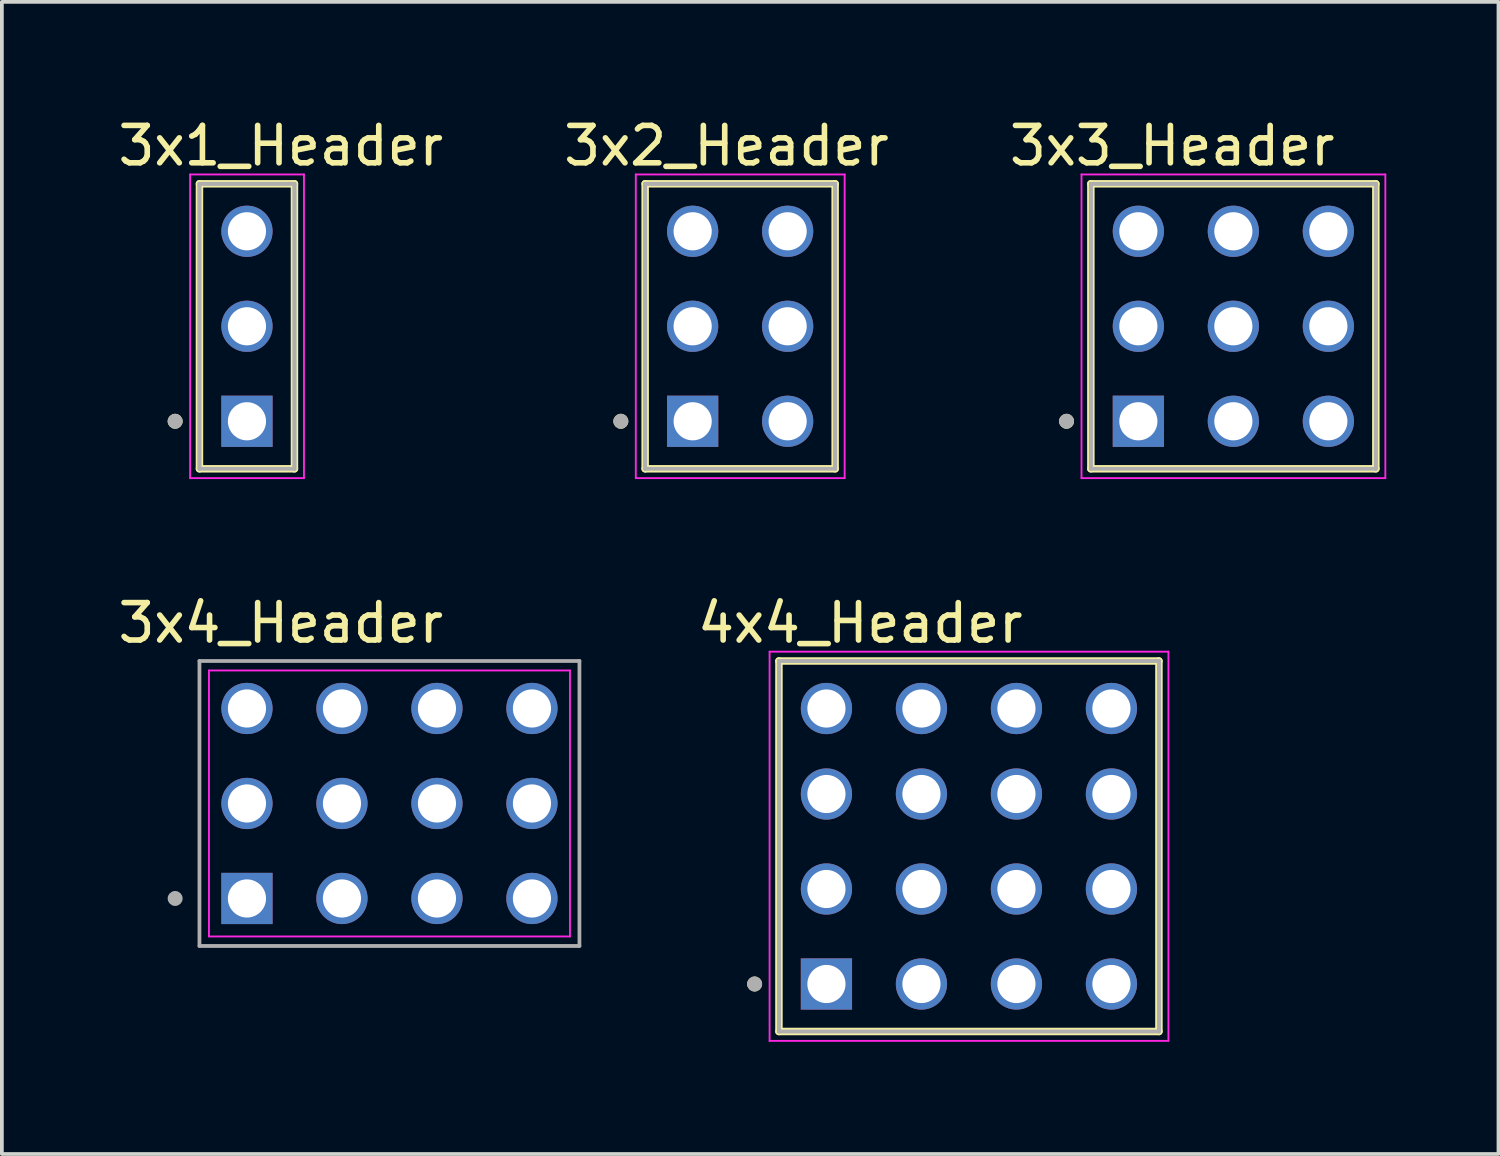
<source format=kicad_pcb>
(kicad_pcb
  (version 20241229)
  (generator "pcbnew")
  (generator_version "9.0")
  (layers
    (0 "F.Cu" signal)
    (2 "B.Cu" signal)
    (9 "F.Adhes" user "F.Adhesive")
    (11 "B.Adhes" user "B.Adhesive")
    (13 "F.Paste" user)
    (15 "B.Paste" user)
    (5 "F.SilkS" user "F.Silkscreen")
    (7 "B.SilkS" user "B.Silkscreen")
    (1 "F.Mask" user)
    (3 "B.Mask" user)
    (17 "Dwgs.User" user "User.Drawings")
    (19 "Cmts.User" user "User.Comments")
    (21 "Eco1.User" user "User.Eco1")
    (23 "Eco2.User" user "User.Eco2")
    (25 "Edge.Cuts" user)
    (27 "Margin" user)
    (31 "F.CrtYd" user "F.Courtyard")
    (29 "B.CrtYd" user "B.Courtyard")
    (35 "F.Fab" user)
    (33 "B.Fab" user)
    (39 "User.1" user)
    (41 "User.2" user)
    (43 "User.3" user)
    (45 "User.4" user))
  (footprint "3x4_Header"
    (layer "F.Cu")
    (at 7.363 18.433)
    (property "Reference" "3x4_Header" (at -2.905 -4.826 0) (layer "F.SilkS") (effects (font (size 1 1) (thickness 0.15))))
    (attr through_hole)
    (fp_line (start -4.826 -3.556) (end 4.826 -3.556) (stroke (width 0.05) (type solid)) (layer "F.CrtYd"))
    (fp_line (start -4.826 3.556) (end -4.826 -3.556) (stroke (width 0.05) (type solid)) (layer "F.CrtYd"))
    (fp_line (start 4.826 -3.556) (end 4.826 3.556) (stroke (width 0.05) (type solid)) (layer "F.CrtYd"))
    (fp_line (start 4.826 3.556) (end -4.826 3.556) (stroke (width 0.05) (type solid)) (layer "F.CrtYd"))
    (fp_line (start -5.08 -3.81) (end 5.08 -3.81) (stroke (width 0.1) (type solid)) (layer "F.Fab"))
    (fp_line (start -5.08 3.81) (end -5.08 -3.81) (stroke (width 0.1) (type solid)) (layer "F.Fab"))
    (fp_line (start 5.08 -3.81) (end 5.08 3.81) (stroke (width 0.1) (type solid)) (layer "F.Fab"))
    (fp_line (start 5.08 3.81) (end -5.08 3.81) (stroke (width 0.1) (type solid)) (layer "F.Fab"))
    (fp_circle (center -5.73 2.54) (end -5.63 2.54) (stroke (width 0.2) (type solid)) (fill no) (layer "F.Fab"))
    (pad "01" thru_hole rect (at -3.81 2.54) (size 1.37 1.37) (drill 1.02) (layers "*.Cu" "*.Mask"))
    (pad "02" thru_hole circle (at -3.81 0) (size 1.37 1.37) (drill 1.02) (layers "*.Cu" "*.Mask"))
    (pad "03" thru_hole circle (at -3.81 -2.54) (size 1.37 1.37) (drill 1.02) (layers "*.Cu" "*.Mask"))
    (pad "04" thru_hole circle (at -1.27 2.54) (size 1.37 1.37) (drill 1.02) (layers "*.Cu" "*.Mask"))
    (pad "05" thru_hole circle (at -1.27 0) (size 1.37 1.37) (drill 1.02) (layers "*.Cu" "*.Mask"))
    (pad "06" thru_hole circle (at -1.27 -2.54) (size 1.37 1.37) (drill 1.02) (layers "*.Cu" "*.Mask"))
    (pad "07" thru_hole circle (at 1.27 2.54) (size 1.37 1.37) (drill 1.02) (layers "*.Cu" "*.Mask"))
    (pad "08" thru_hole circle (at 1.27 0) (size 1.37 1.37) (drill 1.02) (layers "*.Cu" "*.Mask"))
    (pad "09" thru_hole circle (at 1.27 -2.54) (size 1.37 1.37) (drill 1.02) (layers "*.Cu" "*.Mask"))
    (pad "10" thru_hole circle (at 3.81 2.54) (size 1.37 1.37) (drill 1.02) (layers "*.Cu" "*.Mask"))
    (pad "11" thru_hole circle (at 3.81 0) (size 1.37 1.37) (drill 1.02) (layers "*.Cu" "*.Mask"))
    (pad "12" thru_hole circle (at 3.81 -2.54) (size 1.37 1.37) (drill 1.02) (layers "*.Cu" "*.Mask")))
  (footprint "3x3_Header"
    (layer "F.Cu")
    (at 29.927 5.674)
    (property "Reference" "3x3_Header" (at -1.635 -4.826 0) (layer "F.SilkS") (effects (font (size 1 1) (thickness 0.15))))
    (attr through_hole)
    (fp_line (start -3.81 3.81) (end -3.81 -3.81) (stroke (width 0.2) (type solid)) (layer "F.SilkS"))
    (fp_line (start 3.81 -3.81) (end -3.81 -3.81) (stroke (width 0.2) (type solid)) (layer "F.SilkS"))
    (fp_line (start 3.81 -3.81) (end 3.81 3.81) (stroke (width 0.2) (type solid)) (layer "F.SilkS"))
    (fp_line (start 3.81 3.81) (end -3.81 3.81) (stroke (width 0.2) (type solid)) (layer "F.SilkS"))
    (fp_circle (center -4.46 2.54) (end -4.36 2.54) (stroke (width 0.2) (type solid)) (fill no) (layer "F.SilkS"))
    (fp_line (start -4.06 -4.06) (end 4.064 -4.06) (stroke (width 0.05) (type solid)) (layer "F.CrtYd"))
    (fp_line (start -4.06 4.06) (end -4.06 -4.06) (stroke (width 0.05) (type solid)) (layer "F.CrtYd"))
    (fp_line (start 4.064 -4.06) (end 4.064 4.06) (stroke (width 0.05) (type solid)) (layer "F.CrtYd"))
    (fp_line (start 4.064 4.06) (end -4.06 4.06) (stroke (width 0.05) (type solid)) (layer "F.CrtYd"))
    (fp_line (start -3.81 -3.81) (end 3.81 -3.81) (stroke (width 0.1) (type solid)) (layer "F.Fab"))
    (fp_line (start -3.81 -3.81) (end 3.81 -3.81) (stroke (width 0.1) (type solid)) (layer "F.Fab"))
    (fp_line (start -3.81 3.81) (end -3.81 -3.81) (stroke (width 0.1) (type solid)) (layer "F.Fab"))
    (fp_line (start -3.81 3.81) (end -3.81 -3.81) (stroke (width 0.1) (type solid)) (layer "F.Fab"))
    (fp_line (start 3.81 -3.81) (end 3.81 3.81) (stroke (width 0.1) (type solid)) (layer "F.Fab"))
    (fp_line (start 3.81 -3.81) (end 3.81 3.81) (stroke (width 0.1) (type solid)) (layer "F.Fab"))
    (fp_line (start 3.81 3.81) (end -3.81 3.81) (stroke (width 0.1) (type solid)) (layer "F.Fab"))
    (fp_circle (center -4.46 2.54) (end -4.36 2.54) (stroke (width 0.2) (type solid)) (fill no) (layer "F.Fab"))
    (pad "01" thru_hole rect (at -2.54 2.54) (size 1.37 1.37) (drill 1.02) (layers "*.Cu" "*.Mask"))
    (pad "02" thru_hole circle (at -2.54 0) (size 1.37 1.37) (drill 1.02) (layers "*.Cu" "*.Mask"))
    (pad "03" thru_hole circle (at -2.54 -2.54) (size 1.37 1.37) (drill 1.02) (layers "*.Cu" "*.Mask"))
    (pad "04" thru_hole circle (at 0 2.54) (size 1.37 1.37) (drill 1.02) (layers "*.Cu" "*.Mask"))
    (pad "05" thru_hole circle (at 0 0) (size 1.37 1.37) (drill 1.02) (layers "*.Cu" "*.Mask"))
    (pad "06" thru_hole circle (at 0 -2.54) (size 1.37 1.37) (drill 1.02) (layers "*.Cu" "*.Mask"))
    (pad "07" thru_hole circle (at 2.54 2.54) (size 1.37 1.37) (drill 1.02) (layers "*.Cu" "*.Mask"))
    (pad "08" thru_hole circle (at 2.54 0) (size 1.37 1.37) (drill 1.02) (layers "*.Cu" "*.Mask"))
    (pad "09" thru_hole circle (at 2.54 -2.54) (size 1.37 1.37) (drill 1.02) (layers "*.Cu" "*.Mask")))
  (footprint "3x1_Header"
    (layer "F.Cu")
    (at 3.553 5.674)
    (property "Reference" "3x1_Header" (at 0.905 -4.826 0) (layer "F.SilkS") (effects (font (size 1 1) (thickness 0.15))))
    (attr through_hole)
    (fp_line (start -1.27 3.81) (end -1.27 -3.81) (stroke (width 0.2) (type solid)) (layer "F.SilkS"))
    (fp_line (start 1.27 -3.81) (end -1.27 -3.81) (stroke (width 0.2) (type solid)) (layer "F.SilkS"))
    (fp_line (start 1.27 -3.81) (end 1.27 3.81) (stroke (width 0.2) (type solid)) (layer "F.SilkS"))
    (fp_line (start 1.27 3.81) (end -1.27 3.81) (stroke (width 0.2) (type solid)) (layer "F.SilkS"))
    (fp_circle (center -1.92 2.54) (end -1.82 2.54) (stroke (width 0.2) (type solid)) (fill no) (layer "F.SilkS"))
    (fp_line (start -1.52 -4.06) (end 1.524 -4.06) (stroke (width 0.05) (type solid)) (layer "F.CrtYd"))
    (fp_line (start -1.52 4.06) (end -1.52 -4.06) (stroke (width 0.05) (type solid)) (layer "F.CrtYd"))
    (fp_line (start 1.524 -4.06) (end 1.524 4.06) (stroke (width 0.05) (type solid)) (layer "F.CrtYd"))
    (fp_line (start 1.524 4.06) (end -1.52 4.06) (stroke (width 0.05) (type solid)) (layer "F.CrtYd"))
    (fp_line (start -1.27 -3.81) (end 1.27 -3.81) (stroke (width 0.1) (type solid)) (layer "F.Fab"))
    (fp_line (start -1.27 -3.81) (end 1.27 -3.81) (stroke (width 0.1) (type solid)) (layer "F.Fab"))
    (fp_line (start -1.27 3.81) (end -1.27 -3.81) (stroke (width 0.1) (type solid)) (layer "F.Fab"))
    (fp_line (start -1.27 3.81) (end -1.27 -3.81) (stroke (width 0.1) (type solid)) (layer "F.Fab"))
    (fp_line (start 1.27 -3.81) (end 1.27 3.81) (stroke (width 0.1) (type solid)) (layer "F.Fab"))
    (fp_line (start 1.27 -3.81) (end 1.27 3.81) (stroke (width 0.1) (type solid)) (layer "F.Fab"))
    (fp_line (start 1.27 3.81) (end -1.27 3.81) (stroke (width 0.1) (type solid)) (layer "F.Fab"))
    (fp_circle (center -1.92 2.54) (end -1.82 2.54) (stroke (width 0.2) (type solid)) (fill no) (layer "F.Fab"))
    (pad "01" thru_hole rect (at 0 2.54) (size 1.37 1.37) (drill 1.02) (layers "*.Cu" "*.Mask"))
    (pad "02" thru_hole circle (at 0 0) (size 1.37 1.37) (drill 1.02) (layers "*.Cu" "*.Mask"))
    (pad "03" thru_hole circle (at 0 -2.54) (size 1.37 1.37) (drill 1.02) (layers "*.Cu" "*.Mask")))
  (footprint "3x2_Header"
    (layer "F.Cu")
    (at 16.74 5.674)
    (property "Reference" "3x2_Header" (at -0.365 -4.826 0) (layer "F.SilkS") (effects (font (size 1 1) (thickness 0.15))))
    (attr through_hole)
    (fp_line (start -2.54 3.81) (end -2.54 -3.81) (stroke (width 0.2) (type solid)) (layer "F.SilkS"))
    (fp_line (start 2.54 -3.81) (end -2.54 -3.81) (stroke (width 0.2) (type solid)) (layer "F.SilkS"))
    (fp_line (start 2.54 -3.81) (end 2.54 3.81) (stroke (width 0.2) (type solid)) (layer "F.SilkS"))
    (fp_line (start 2.54 3.81) (end -2.54 3.81) (stroke (width 0.2) (type solid)) (layer "F.SilkS"))
    (fp_circle (center -3.19 2.54) (end -3.09 2.54) (stroke (width 0.2) (type solid)) (fill no) (layer "F.SilkS"))
    (fp_line (start -2.79 -4.06) (end 2.794 -4.06) (stroke (width 0.05) (type solid)) (layer "F.CrtYd"))
    (fp_line (start -2.79 4.06) (end -2.79 -4.06) (stroke (width 0.05) (type solid)) (layer "F.CrtYd"))
    (fp_line (start 2.794 -4.06) (end 2.794 4.06) (stroke (width 0.05) (type solid)) (layer "F.CrtYd"))
    (fp_line (start 2.794 4.06) (end -2.79 4.06) (stroke (width 0.05) (type solid)) (layer "F.CrtYd"))
    (fp_line (start -2.54 -3.81) (end 2.54 -3.81) (stroke (width 0.1) (type solid)) (layer "F.Fab"))
    (fp_line (start -2.54 -3.81) (end 2.54 -3.81) (stroke (width 0.1) (type solid)) (layer "F.Fab"))
    (fp_line (start -2.54 3.81) (end -2.54 -3.81) (stroke (width 0.1) (type solid)) (layer "F.Fab"))
    (fp_line (start -2.54 3.81) (end -2.54 -3.81) (stroke (width 0.1) (type solid)) (layer "F.Fab"))
    (fp_line (start 2.54 -3.81) (end 2.54 3.81) (stroke (width 0.1) (type solid)) (layer "F.Fab"))
    (fp_line (start 2.54 -3.81) (end 2.54 3.81) (stroke (width 0.1) (type solid)) (layer "F.Fab"))
    (fp_line (start 2.54 3.81) (end -2.54 3.81) (stroke (width 0.1) (type solid)) (layer "F.Fab"))
    (fp_circle (center -3.19 2.54) (end -3.09 2.54) (stroke (width 0.2) (type solid)) (fill no) (layer "F.Fab"))
    (pad "01" thru_hole rect (at -1.27 2.54) (size 1.37 1.37) (drill 1.02) (layers "*.Cu" "*.Mask"))
    (pad "02" thru_hole circle (at -1.27 0) (size 1.37 1.37) (drill 1.02) (layers "*.Cu" "*.Mask"))
    (pad "03" thru_hole circle (at -1.27 -2.54) (size 1.37 1.37) (drill 1.02) (layers "*.Cu" "*.Mask"))
    (pad "04" thru_hole circle (at 1.27 2.54) (size 1.37 1.37) (drill 1.02) (layers "*.Cu" "*.Mask"))
    (pad "05" thru_hole circle (at 1.27 0) (size 1.37 1.37) (drill 1.02) (layers "*.Cu" "*.Mask"))
    (pad "06" thru_hole circle (at 1.27 -2.54) (size 1.37 1.37) (drill 1.02) (layers "*.Cu" "*.Mask")))
  (footprint "4x4_Header"
    (layer "F.Cu")
    (at 22.857 19.45)
    (property "Reference" "4x4_Header" (at -2.905 -5.842 0) (layer "F.SilkS") (effects (font (size 1 1) (thickness 0.15))))
    (attr through_hole)
    (fp_line (start -5.08 5.08) (end -5.08 -4.826) (stroke (width 0.2) (type solid)) (layer "F.SilkS"))
    (fp_line (start 5.08 -4.826) (end -5.08 -4.826) (stroke (width 0.2) (type solid)) (layer "F.SilkS"))
    (fp_line (start 5.08 -4.826) (end 5.08 5.08) (stroke (width 0.2) (type solid)) (layer "F.SilkS"))
    (fp_line (start 5.08 5.08) (end -5.08 5.08) (stroke (width 0.2) (type solid)) (layer "F.SilkS"))
    (fp_circle (center -5.73 3.81) (end -5.63 3.81) (stroke (width 0.2) (type solid)) (fill no) (layer "F.SilkS"))
    (fp_line (start -5.33 -5.076) (end 5.334 -5.076) (stroke (width 0.05) (type solid)) (layer "F.CrtYd"))
    (fp_line (start -5.33 5.33) (end -5.33 -5.076) (stroke (width 0.05) (type solid)) (layer "F.CrtYd"))
    (fp_line (start 5.334 -5.076) (end 5.334 5.33) (stroke (width 0.05) (type solid)) (layer "F.CrtYd"))
    (fp_line (start 5.334 5.33) (end -5.33 5.33) (stroke (width 0.05) (type solid)) (layer "F.CrtYd"))
    (fp_line (start -5.08 -4.826) (end 5.08 -4.826) (stroke (width 0.1) (type solid)) (layer "F.Fab"))
    (fp_line (start -5.08 -4.826) (end 5.08 -4.826) (stroke (width 0.1) (type solid)) (layer "F.Fab"))
    (fp_line (start -5.08 5.08) (end -5.08 -4.826) (stroke (width 0.1) (type solid)) (layer "F.Fab"))
    (fp_line (start -5.08 5.08) (end -5.08 -4.826) (stroke (width 0.1) (type solid)) (layer "F.Fab"))
    (fp_line (start 5.08 -4.826) (end 5.08 5.08) (stroke (width 0.1) (type solid)) (layer "F.Fab"))
    (fp_line (start 5.08 -4.826) (end 5.08 5.08) (stroke (width 0.1) (type solid)) (layer "F.Fab"))
    (fp_line (start 5.08 5.08) (end -5.08 5.08) (stroke (width 0.1) (type solid)) (layer "F.Fab"))
    (fp_circle (center -5.73 3.81) (end -5.63 3.81) (stroke (width 0.2) (type solid)) (fill no) (layer "F.Fab"))
    (pad "01" thru_hole rect (at -3.81 3.81) (size 1.37 1.37) (drill 1.02) (layers "*.Cu" "*.Mask"))
    (pad "02" thru_hole circle (at -3.81 1.27) (size 1.37 1.37) (drill 1.02) (layers "*.Cu" "*.Mask"))
    (pad "03" thru_hole circle (at -3.81 -1.27) (size 1.37 1.37) (drill 1.02) (layers "*.Cu" "*.Mask"))
    (pad "04" thru_hole circle (at -3.81 -3.556) (size 1.37 1.37) (drill 1.02) (layers "*.Cu" "*.Mask"))
    (pad "05" thru_hole circle (at -1.27 3.81) (size 1.37 1.37) (drill 1.02) (layers "*.Cu" "*.Mask"))
    (pad "06" thru_hole circle (at -1.27 1.27) (size 1.37 1.37) (drill 1.02) (layers "*.Cu" "*.Mask"))
    (pad "07" thru_hole circle (at -1.27 -1.27) (size 1.37 1.37) (drill 1.02) (layers "*.Cu" "*.Mask"))
    (pad "08" thru_hole circle (at -1.27 -3.556) (size 1.37 1.37) (drill 1.02) (layers "*.Cu" "*.Mask"))
    (pad "09" thru_hole circle (at 1.27 3.81) (size 1.37 1.37) (drill 1.02) (layers "*.Cu" "*.Mask"))
    (pad "10" thru_hole circle (at 1.27 1.27) (size 1.37 1.37) (drill 1.02) (layers "*.Cu" "*.Mask"))
    (pad "11" thru_hole circle (at 1.27 -1.27) (size 1.37 1.37) (drill 1.02) (layers "*.Cu" "*.Mask"))
    (pad "12" thru_hole circle (at 1.27 -3.556) (size 1.37 1.37) (drill 1.02) (layers "*.Cu" "*.Mask"))
    (pad "13" thru_hole circle (at 3.81 3.81) (size 1.37 1.37) (drill 1.02) (layers "*.Cu" "*.Mask"))
    (pad "14" thru_hole circle (at 3.81 1.27) (size 1.37 1.37) (drill 1.02) (layers "*.Cu" "*.Mask"))
    (pad "15" thru_hole circle (at 3.81 -1.27) (size 1.37 1.37) (drill 1.02) (layers "*.Cu" "*.Mask"))
    (pad "16" thru_hole circle (at 3.81 -3.556) (size 1.37 1.37) (drill 1.02) (layers "*.Cu" "*.Mask")))
  (gr_rect
    (start -3 -3)
    (end 37.016 27.805)
    (stroke (width 0.1) (type default))
    (fill no)
    (layer "Edge.Cuts")))
</source>
